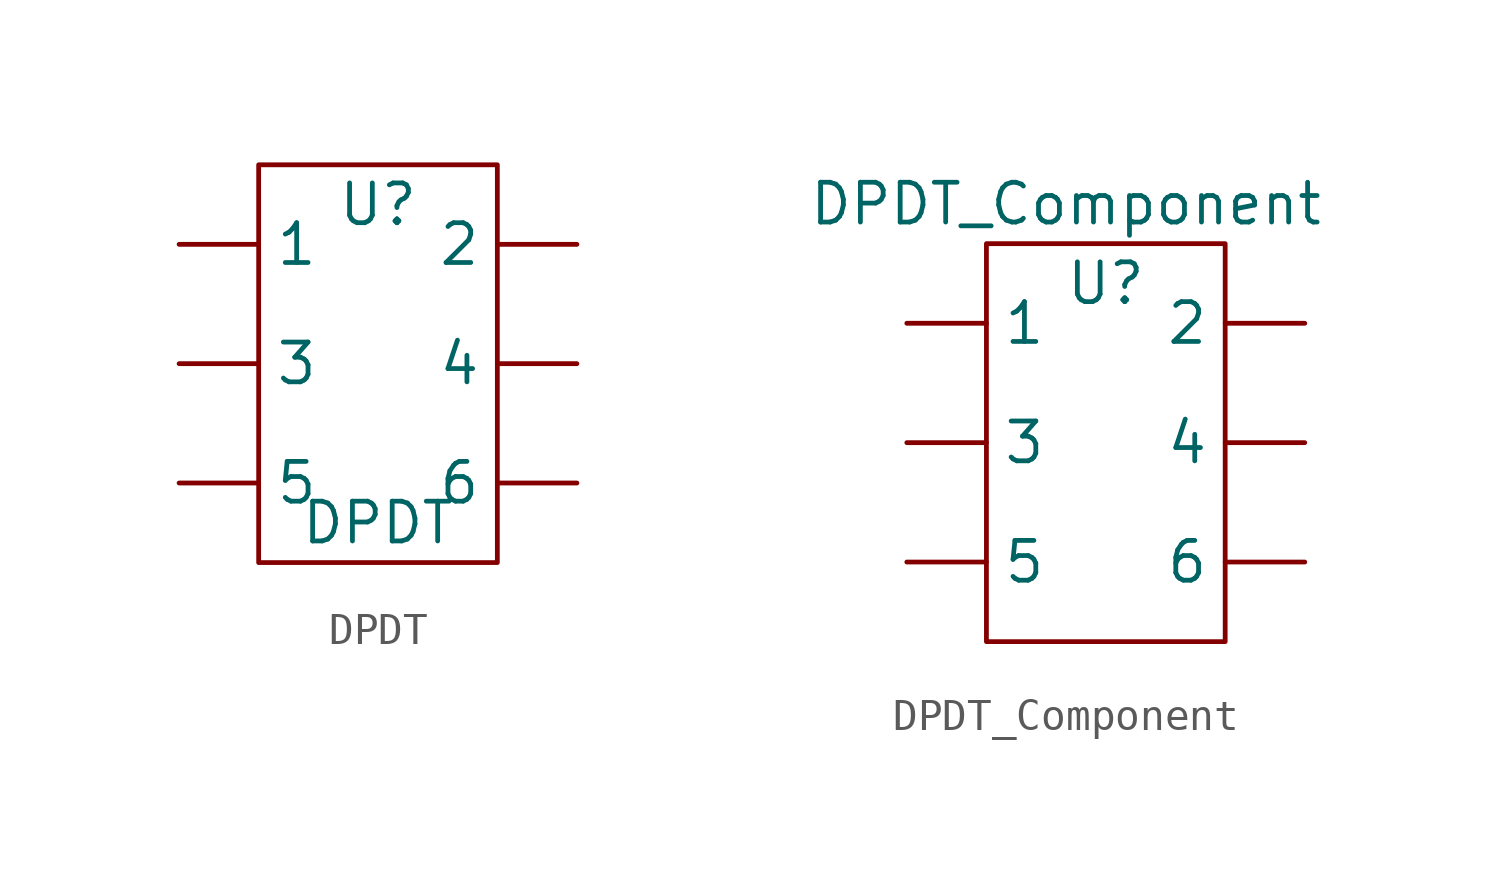
<source format=kicad_sym>
(kicad_symbol_lib
  (version 20211014)
  (generator kicad_symbol_editor)
  (symbol "DPDT"
    (property "Reference" "U"
      (at 0 6.35 0)
      (effects (font (size 1.27 1.27))))
    (property "Value" "DPDT"
      (at 0 -3.81 0)
      (effects (font (size 1.27 1.27))))
    (symbol "DPDT_0_1"
      (polyline (pts (xy -3.81 7.62) (xy -3.81 -5.08) (xy 3.81 -5.08) (xy 3.81 7.62) (xy -3.81 7.62)) (stroke (width 0) (type default) (color 0 0 0 0)) (fill (type none))))
    (symbol "DPDT_1_1"
      (pin bidirectional line (at -6.35 5.08 0) (length 2.54) (name "1" (effects (font (size 1.27 1.27)))) (number "" (effects (font (size 1.27 1.27)))))
      (pin bidirectional line (at 6.35 5.08 180) (length 2.54) (name "2" (effects (font (size 1.27 1.27)))) (number "" (effects (font (size 1.27 1.27)))))
      (pin bidirectional line (at -6.35 1.27 0) (length 2.54) (name "3" (effects (font (size 1.27 1.27)))) (number "" (effects (font (size 1.27 1.27)))))
      (pin bidirectional line (at 6.35 1.27 180) (length 2.54) (name "4" (effects (font (size 1.27 1.27)))) (number "" (effects (font (size 1.27 1.27)))))
      (pin bidirectional line (at -6.35 -2.54 0) (length 2.54) (name "5" (effects (font (size 1.27 1.27)))) (number "" (effects (font (size 1.27 1.27)))))
      (pin bidirectional line (at 6.35 -2.54 180) (length 2.54) (name "6" (effects (font (size 1.27 1.27)))) (number "" (effects (font (size 1.27 1.27)))))))
  (symbol "DPDT_Component"
    (property "Reference" "U"
      (at 0 6.35 0)
      (effects (font (size 1.27 1.27))))
    (property "Value" "DPDT_Component"
      (at -1.27 8.89 0)
      (effects (font (size 1.27 1.27))))
    (symbol "DPDT_Component_0_1"
      (polyline (pts (xy -3.81 7.62) (xy -3.81 -5.08) (xy 3.81 -5.08) (xy 3.81 7.62) (xy -3.81 7.62)) (stroke (width 0) (type default) (color 0 0 0 0)) (fill (type none))))
    (symbol "DPDT_Component_1_1"
      (pin bidirectional line (at -6.35 5.08 0) (length 2.54) (name "1" (effects (font (size 1.27 1.27)))) (number "" (effects (font (size 1.27 1.27)))))
      (pin bidirectional line (at 6.35 5.08 180) (length 2.54) (name "2" (effects (font (size 1.27 1.27)))) (number "" (effects (font (size 1.27 1.27)))))
      (pin bidirectional line (at -6.35 1.27 0) (length 2.54) (name "3" (effects (font (size 1.27 1.27)))) (number "" (effects (font (size 1.27 1.27)))))
      (pin bidirectional line (at 6.35 1.27 180) (length 2.54) (name "4" (effects (font (size 1.27 1.27)))) (number "" (effects (font (size 1.27 1.27)))))
      (pin bidirectional line (at -6.35 -2.54 0) (length 2.54) (name "5" (effects (font (size 1.27 1.27)))) (number "" (effects (font (size 1.27 1.27)))))
      (pin bidirectional line (at 6.35 -2.54 180) (length 2.54) (name "6" (effects (font (size 1.27 1.27)))) (number "" (effects (font (size 1.27 1.27))))))))
</source>
